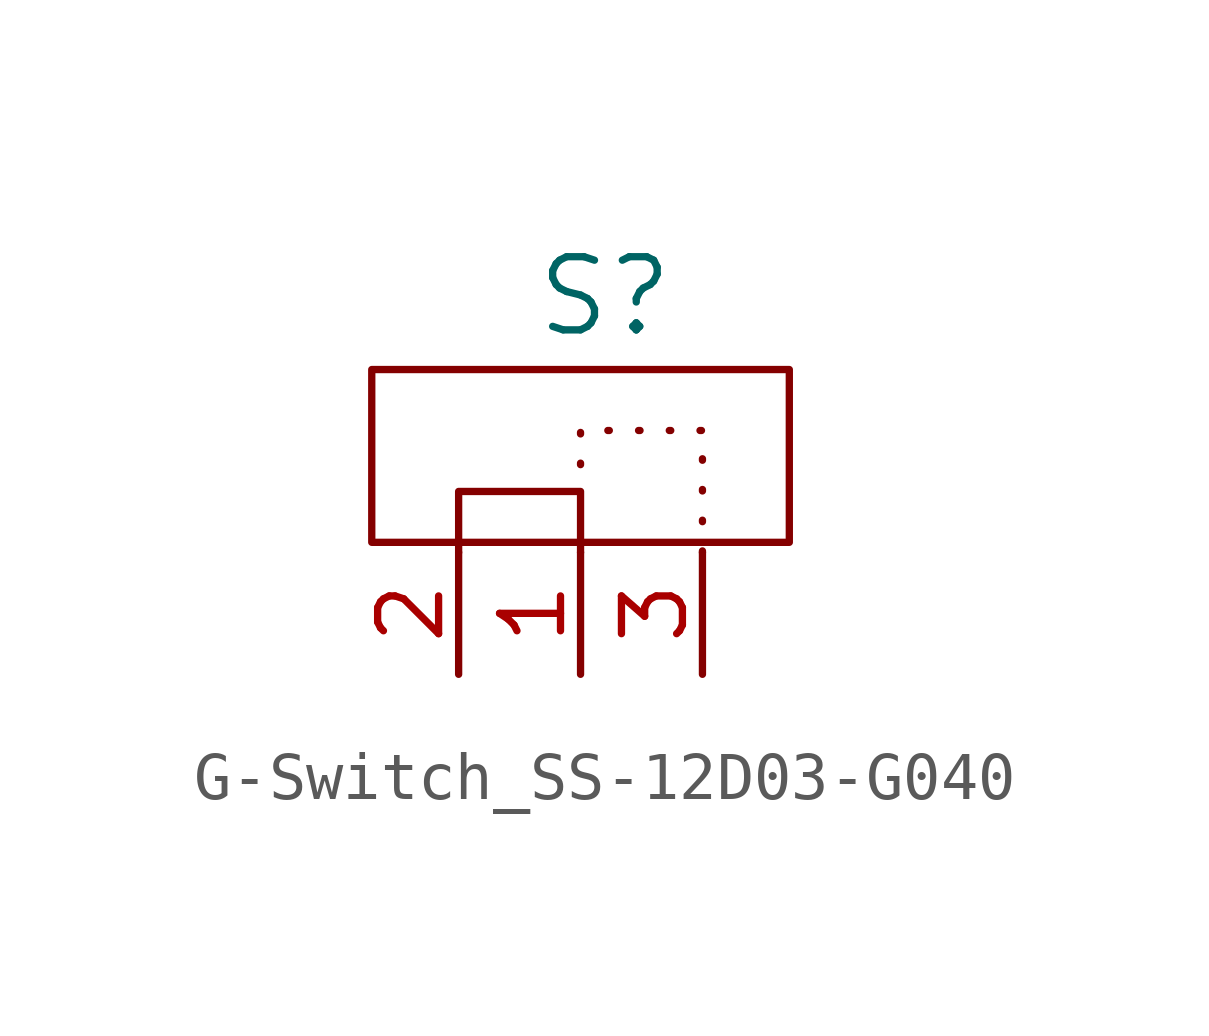
<source format=kicad_sym>
(kicad_symbol_lib
  (version 20231120)
  (generator "kicad_symbol_editor")
  (generator_version "8.0")
  (symbol "G-Switch_SS-12D03-G040"
    (property "Reference" "S"
      (at 0.508 1.524 0)
      (effects (font (size 1.524 1.524))))
    (property "Value" ""
      (at 5.08 -3.175 0)
      (effects (font (size 1.524 1.524))))
    (symbol "G-Switch_SS-12D03-G040_0_1"
      (rectangle (start -4.35 0) (end 4.35 -3.6) (stroke (width 0) (type default)) (fill (type none)))
      (polyline (pts (xy -2.54 -3.81) (xy -2.54 -2.54) (xy 0 -2.54) (xy 0 -3.81)) (stroke (width 0) (type default)) (fill (type none))))
    (symbol "G-Switch_SS-12D03-G040_1_1"
      (polyline (pts (xy 2.54 -3.81) (xy 2.54 -1.27) (xy 0 -1.27) (xy 0 -2.54)) (stroke (width 0) (type dot)) (fill (type none)))
      (pin passive line (at 0 -6.35 90) (length 2.54) (name "" (effects (font (size 1.27 1.27)))) (number "1" (effects (font (size 1.27 1.27)))))
      (pin passive line (at -2.54 -6.35 90) (length 2.54) (name "" (effects (font (size 1.27 1.27)))) (number "2" (effects (font (size 1.27 1.27)))))
      (pin passive line (at 2.54 -6.35 90) (length 2.54) (name "" (effects (font (size 1.27 1.27)))) (number "3" (effects (font (size 1.27 1.27))))))))
</source>
